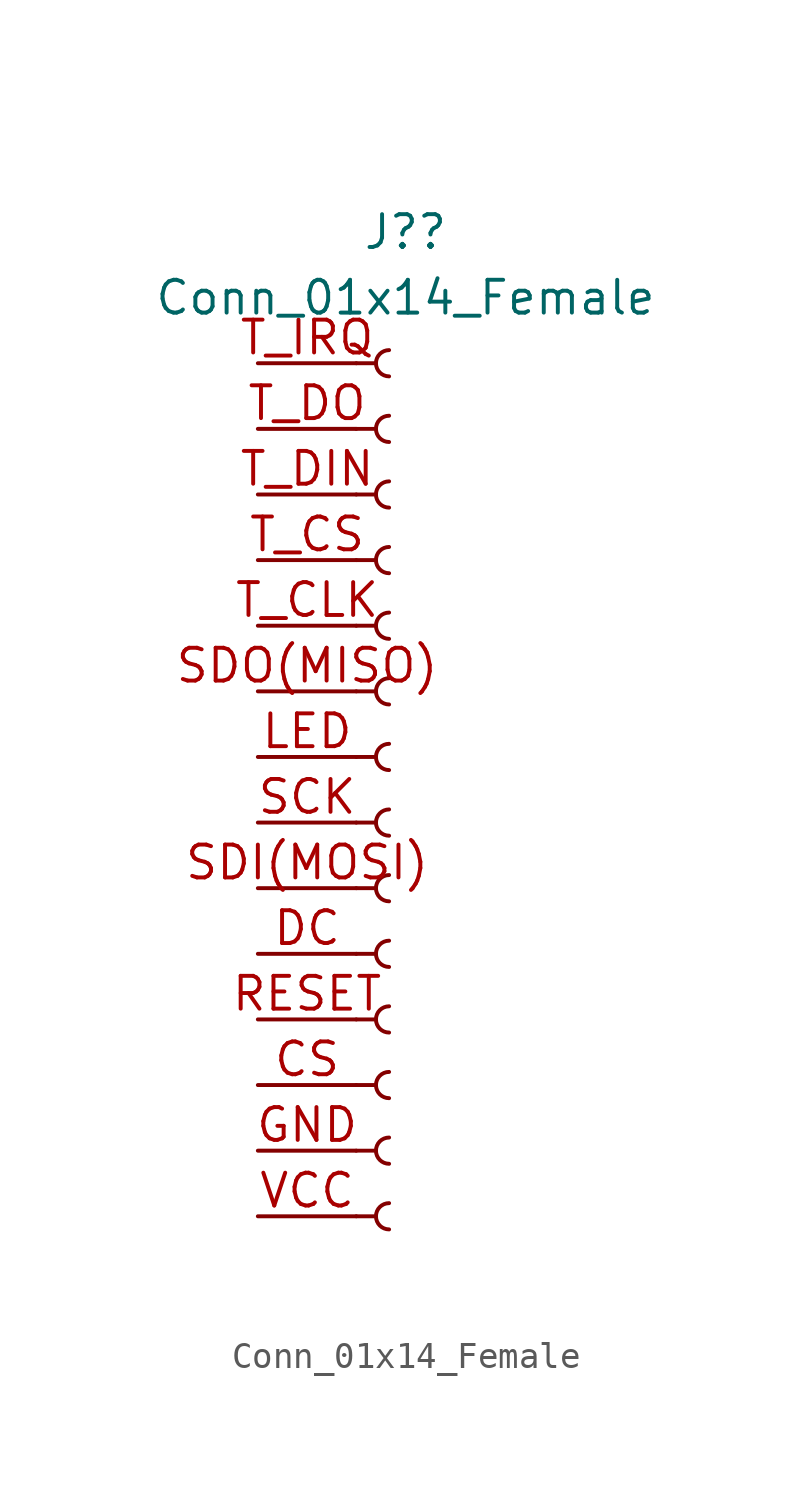
<source format=kicad_sym>
(kicad_symbol_lib
  (version 20211014)
  (generator kicad_symbol_editor)
  (symbol "Conn_01x14_Female"
    (pin_names
      (offset 1.016) hide)
    (property "Reference" "J?"
      (at 0.635 20.32 0)
      (effects (font (size 1.27 1.27))))
    (property "Value" "Conn_01x14_Female"
      (at 0.635 17.78 0)
      (effects (font (size 1.27 1.27))))
    (symbol "Conn_01x14_Female_1_1"
      (arc (start 0 -17.272) (mid -0.508 -17.78) (end 0 -18.288) (stroke (width 0.1524) (type default) (color 0 0 0 0)) (fill (type none)))
      (arc (start 0 -14.732) (mid -0.508 -15.24) (end 0 -15.748) (stroke (width 0.1524) (type default) (color 0 0 0 0)) (fill (type none)))
      (arc (start 0 -12.192) (mid -0.508 -12.7) (end 0 -13.208) (stroke (width 0.1524) (type default) (color 0 0 0 0)) (fill (type none)))
      (arc (start 0 -9.652) (mid -0.508 -10.16) (end 0 -10.668) (stroke (width 0.1524) (type default) (color 0 0 0 0)) (fill (type none)))
      (arc (start 0 -7.112) (mid -0.508 -7.62) (end 0 -8.128) (stroke (width 0.1524) (type default) (color 0 0 0 0)) (fill (type none)))
      (arc (start 0 -4.572) (mid -0.508 -5.08) (end 0 -5.588) (stroke (width 0.1524) (type default) (color 0 0 0 0)) (fill (type none)))
      (arc (start 0 -2.032) (mid -0.508 -2.54) (end 0 -3.048) (stroke (width 0.1524) (type default) (color 0 0 0 0)) (fill (type none)))
      (polyline (pts (xy -1.27 -17.78) (xy -0.508 -17.78)) (stroke (width 0.152) (type default) (color 0 0 0 0)) (fill (type none)))
      (polyline (pts (xy -1.27 -15.24) (xy -0.508 -15.24)) (stroke (width 0.152) (type default) (color 0 0 0 0)) (fill (type none)))
      (polyline (pts (xy -1.27 -12.7) (xy -0.508 -12.7)) (stroke (width 0.152) (type default) (color 0 0 0 0)) (fill (type none)))
      (polyline (pts (xy -1.27 -10.16) (xy -0.508 -10.16)) (stroke (width 0.152) (type default) (color 0 0 0 0)) (fill (type none)))
      (polyline (pts (xy -1.27 -7.62) (xy -0.508 -7.62)) (stroke (width 0.152) (type default) (color 0 0 0 0)) (fill (type none)))
      (polyline (pts (xy -1.27 -5.08) (xy -0.508 -5.08)) (stroke (width 0.152) (type default) (color 0 0 0 0)) (fill (type none)))
      (polyline (pts (xy -1.27 -2.54) (xy -0.508 -2.54)) (stroke (width 0.152) (type default) (color 0 0 0 0)) (fill (type none)))
      (polyline (pts (xy -1.27 0) (xy -0.508 0)) (stroke (width 0.152) (type default) (color 0 0 0 0)) (fill (type none)))
      (polyline (pts (xy -1.27 2.54) (xy -0.508 2.54)) (stroke (width 0.152) (type default) (color 0 0 0 0)) (fill (type none)))
      (polyline (pts (xy -1.27 5.08) (xy -0.508 5.08)) (stroke (width 0.152) (type default) (color 0 0 0 0)) (fill (type none)))
      (polyline (pts (xy -1.27 7.62) (xy -0.508 7.62)) (stroke (width 0.152) (type default) (color 0 0 0 0)) (fill (type none)))
      (polyline (pts (xy -1.27 10.16) (xy -0.508 10.16)) (stroke (width 0.152) (type default) (color 0 0 0 0)) (fill (type none)))
      (polyline (pts (xy -1.27 12.7) (xy -0.508 12.7)) (stroke (width 0.152) (type default) (color 0 0 0 0)) (fill (type none)))
      (polyline (pts (xy -1.27 15.24) (xy -0.508 15.24)) (stroke (width 0.152) (type default) (color 0 0 0 0)) (fill (type none)))
      (arc (start 0 0.508) (mid -0.508 0) (end 0 -0.508) (stroke (width 0.1524) (type default) (color 0 0 0 0)) (fill (type none)))
      (arc (start 0 3.048) (mid -0.508 2.54) (end 0 2.032) (stroke (width 0.1524) (type default) (color 0 0 0 0)) (fill (type none)))
      (arc (start 0 5.588) (mid -0.508 5.08) (end 0 4.572) (stroke (width 0.1524) (type default) (color 0 0 0 0)) (fill (type none)))
      (arc (start 0 8.128) (mid -0.508 7.62) (end 0 7.112) (stroke (width 0.1524) (type default) (color 0 0 0 0)) (fill (type none)))
      (arc (start 0 10.668) (mid -0.508 10.16) (end 0 9.652) (stroke (width 0.1524) (type default) (color 0 0 0 0)) (fill (type none)))
      (arc (start 0 13.208) (mid -0.508 12.7) (end 0 12.192) (stroke (width 0.1524) (type default) (color 0 0 0 0)) (fill (type none)))
      (arc (start 0 15.748) (mid -0.508 15.24) (end 0 14.732) (stroke (width 0.1524) (type default) (color 0 0 0 0)) (fill (type none)))
      (pin passive line (at -5.08 -12.7 0) (length 3.81) (name "Pin_12" (effects (font (size 1.27 1.27)))) (number "CS" (effects (font (size 1.27 1.27)))))
      (pin passive line (at -5.08 -7.62 0) (length 3.81) (name "Pin_10" (effects (font (size 1.27 1.27)))) (number "DC" (effects (font (size 1.27 1.27)))))
      (pin passive line (at -5.08 -15.24 0) (length 3.81) (name "Pin_13" (effects (font (size 1.27 1.27)))) (number "GND" (effects (font (size 1.27 1.27)))))
      (pin passive line (at -5.08 0 0) (length 3.81) (name "Pin_7" (effects (font (size 1.27 1.27)))) (number "LED" (effects (font (size 1.27 1.27)))))
      (pin passive line (at -5.08 -10.16 0) (length 3.81) (name "Pin_11" (effects (font (size 1.27 1.27)))) (number "RESET" (effects (font (size 1.27 1.27)))))
      (pin passive line (at -5.08 -2.54 0) (length 3.81) (name "Pin_8" (effects (font (size 1.27 1.27)))) (number "SCK" (effects (font (size 1.27 1.27)))))
      (pin passive line (at -5.08 -5.08 0) (length 3.81) (name "Pin_9" (effects (font (size 1.27 1.27)))) (number "SDI(MOSI)" (effects (font (size 1.27 1.27)))))
      (pin passive line (at -5.08 2.54 0) (length 3.81) (name "SDO(MISO)" (effects (font (size 1.27 1.27)))) (number "SDO(MISO)" (effects (font (size 1.27 1.27)))))
      (pin passive line (at -5.08 5.08 0) (length 3.81) (name "Pin_5" (effects (font (size 1.27 1.27)))) (number "T_CLK" (effects (font (size 1.27 1.27)))))
      (pin passive line (at -5.08 7.62 0) (length 3.81) (name "Pin_4" (effects (font (size 1.27 1.27)))) (number "T_CS" (effects (font (size 1.27 1.27)))))
      (pin passive line (at -5.08 10.16 0) (length 3.81) (name "Pin_3" (effects (font (size 1.27 1.27)))) (number "T_DIN" (effects (font (size 1.27 1.27)))))
      (pin passive line (at -5.08 12.7 0) (length 3.81) (name "Pin_2" (effects (font (size 1.27 1.27)))) (number "T_DO" (effects (font (size 1.27 1.27)))))
      (pin passive line (at -5.08 15.24 0) (length 3.81) (name "Pin_1" (effects (font (size 1.27 1.27)))) (number "T_IRQ" (effects (font (size 1.27 1.27)))))
      (pin passive line (at -5.08 -17.78 0) (length 3.81) (name "VCC" (effects (font (size 1.27 1.27)))) (number "VCC" (effects (font (size 1.27 1.27))))))))
</source>
